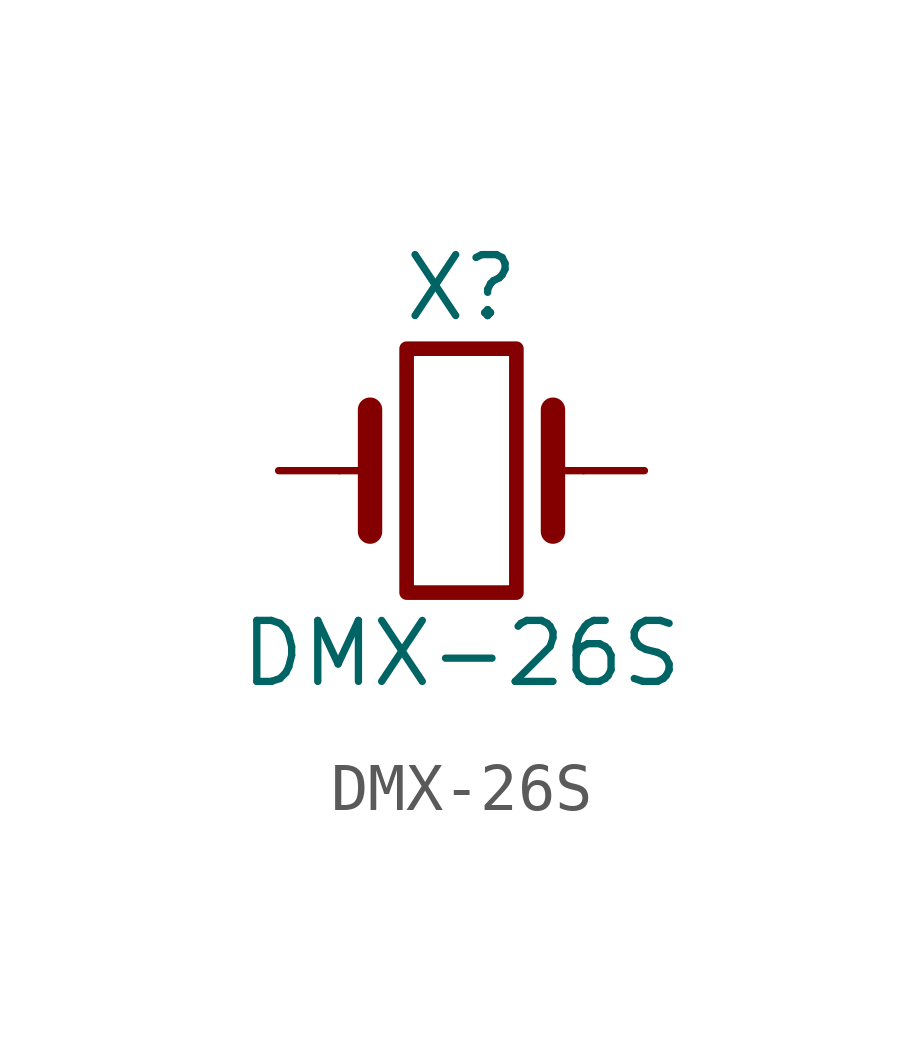
<source format=kicad_sym>
(kicad_symbol_lib
  (version 20220914)
  (generator kicad_symbol_editor)
  (symbol "DMX-26S"
    (pin_numbers hide)
    (pin_names
      (offset 1.016) hide)
    (property "Reference" "X"
      (at 0 3.81 0)
      (effects (font (size 1.27 1.27))))
    (property "Value" "DMX-26S"
      (at 0 -3.81 0)
      (effects (font (size 1.27 1.27))))
    (symbol "DMX-26S_0_1"
      (rectangle (start -1.143 2.54) (end 1.143 -2.54) (stroke (width 0.305) (type default)) (fill (type none)))
      (polyline (pts (xy -2.54 0) (xy -1.905 0)) (stroke (width 0) (type default)) (fill (type none)))
      (polyline (pts (xy -1.905 -1.27) (xy -1.905 1.27)) (stroke (width 0.508) (type default)) (fill (type none)))
      (polyline (pts (xy 1.905 -1.27) (xy 1.905 1.27)) (stroke (width 0.508) (type default)) (fill (type none)))
      (polyline (pts (xy 2.54 0) (xy 1.905 0)) (stroke (width 0) (type default)) (fill (type none))))
    (symbol "DMX-26S_1_1"
      (pin passive line (at -3.81 0 0) (length 1.27) (name "1" (effects (font (size 1.27 1.27)))) (number "1" (effects (font (size 1.27 1.27)))))
      (pin passive line (at 3.81 0 180) (length 1.27) (name "4" (effects (font (size 1.27 1.27)))) (number "4" (effects (font (size 1.27 1.27))))))))
</source>
